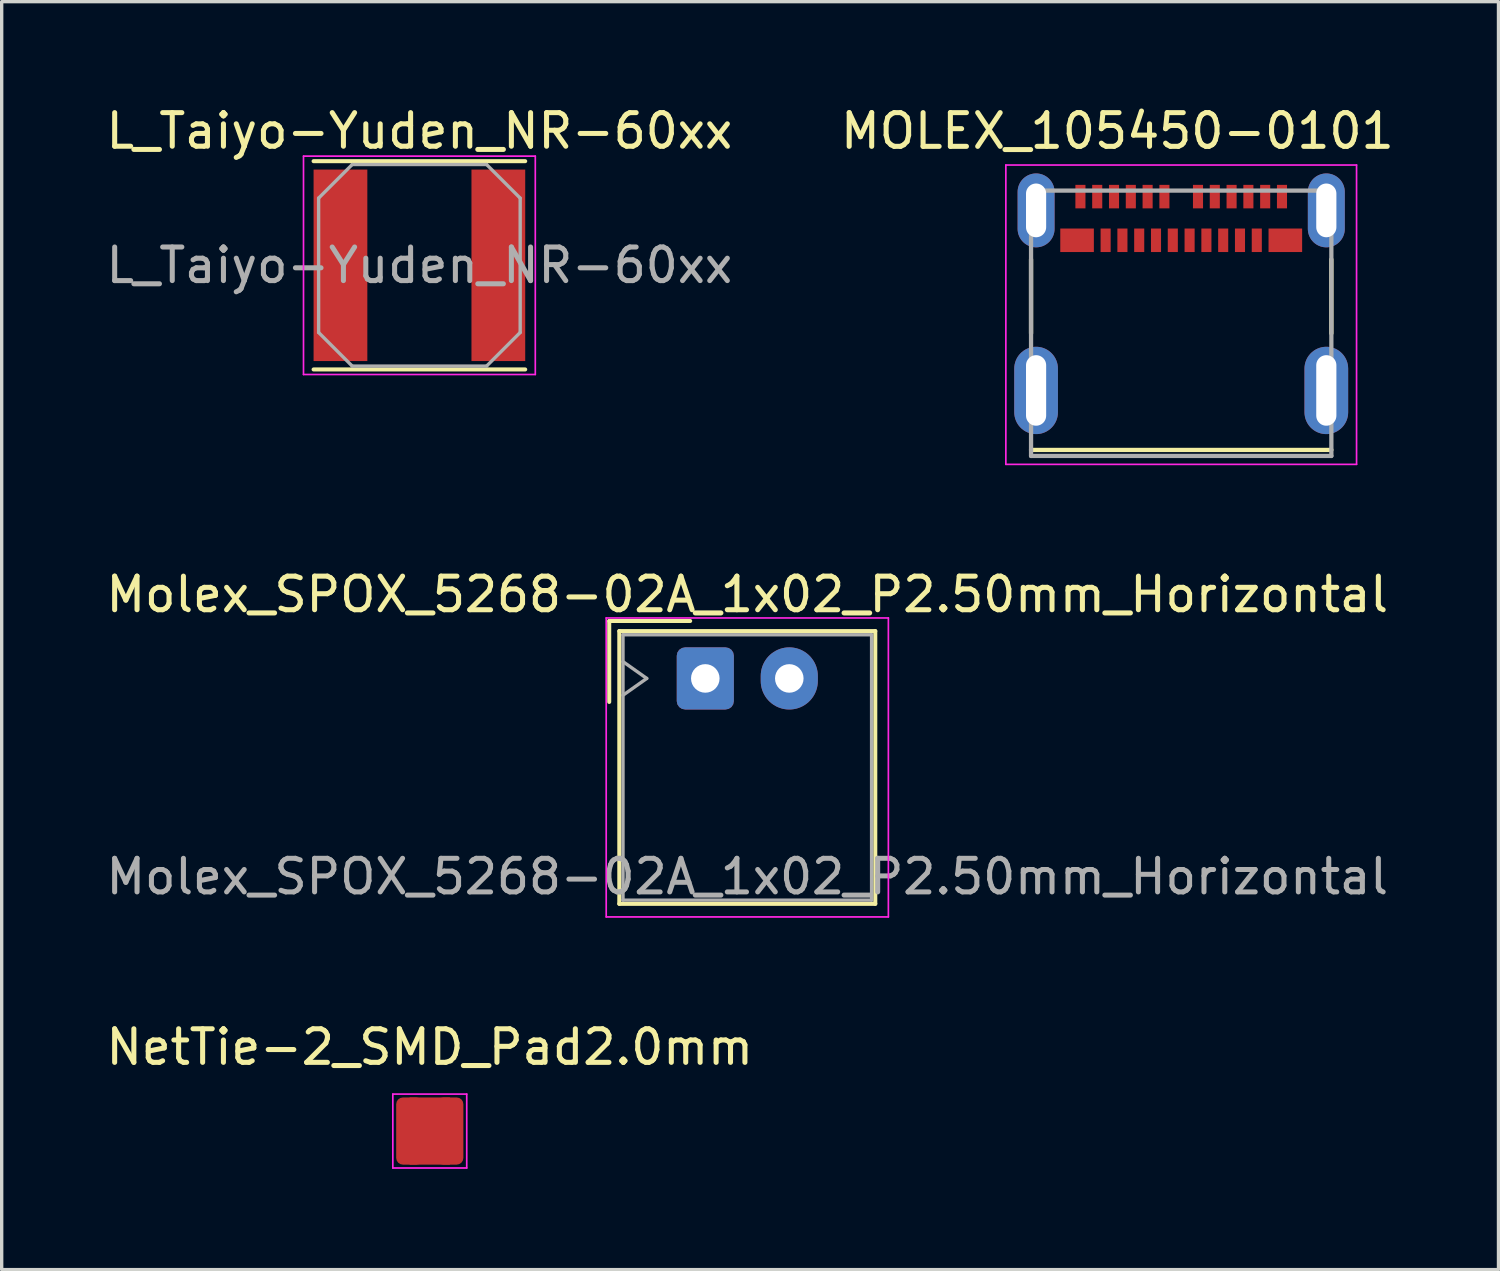
<source format=kicad_pcb>
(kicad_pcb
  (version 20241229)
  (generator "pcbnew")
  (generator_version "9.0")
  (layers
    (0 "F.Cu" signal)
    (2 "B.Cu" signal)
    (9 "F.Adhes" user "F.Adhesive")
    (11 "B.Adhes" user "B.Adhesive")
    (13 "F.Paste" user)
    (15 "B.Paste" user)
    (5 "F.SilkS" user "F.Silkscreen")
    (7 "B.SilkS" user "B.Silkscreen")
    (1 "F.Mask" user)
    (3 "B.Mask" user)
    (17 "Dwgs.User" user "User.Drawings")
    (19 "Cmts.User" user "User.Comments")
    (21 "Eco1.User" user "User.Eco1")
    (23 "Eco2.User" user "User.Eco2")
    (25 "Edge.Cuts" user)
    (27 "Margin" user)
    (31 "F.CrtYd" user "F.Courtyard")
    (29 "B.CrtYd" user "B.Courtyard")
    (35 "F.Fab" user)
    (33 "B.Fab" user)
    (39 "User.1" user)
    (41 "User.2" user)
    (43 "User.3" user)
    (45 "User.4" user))
  (footprint "Molex_SPOX_5268-02A_1x02_P2.50mm_Horizontal"
    (layer "F.Cu")
    (at 17.946 17.146)
    (property "Reference" "Molex_SPOX_5268-02A_1x02_P2.50mm_Horizontal" (at 1.25 -2.5 0) (layer "F.SilkS") (effects (font (size 1 1) (thickness 0.15))))
    (attr through_hole)
    (fp_line (start -2.86 -1.71) (end -0.45 -1.71) (stroke (width 0.12) (type solid)) (layer "F.SilkS"))
    (fp_line (start -2.86 0.7) (end -2.86 -1.71) (stroke (width 0.12) (type solid)) (layer "F.SilkS"))
    (fp_line (start -2.56 -1.41) (end -2.56 6.71) (stroke (width 0.12) (type solid)) (layer "F.SilkS"))
    (fp_line (start -2.56 6.71) (end 5.06 6.71) (stroke (width 0.12) (type solid)) (layer "F.SilkS"))
    (fp_line (start 5.06 -1.41) (end -2.56 -1.41) (stroke (width 0.12) (type solid)) (layer "F.SilkS"))
    (fp_line (start 5.06 6.71) (end 5.06 -1.41) (stroke (width 0.12) (type solid)) (layer "F.SilkS"))
    (fp_line (start -2.95 -1.8) (end -2.95 7.1) (stroke (width 0.05) (type solid)) (layer "F.CrtYd"))
    (fp_line (start -2.95 7.1) (end 5.45 7.1) (stroke (width 0.05) (type solid)) (layer "F.CrtYd"))
    (fp_line (start 5.45 -1.8) (end -2.95 -1.8) (stroke (width 0.05) (type solid)) (layer "F.CrtYd"))
    (fp_line (start 5.45 7.1) (end 5.45 -1.8) (stroke (width 0.05) (type solid)) (layer "F.CrtYd"))
    (fp_line (start -2.45 -1.3) (end -2.45 6.6) (stroke (width 0.1) (type solid)) (layer "F.Fab"))
    (fp_line (start -2.45 0.5) (end -1.743 0) (stroke (width 0.1) (type solid)) (layer "F.Fab"))
    (fp_line (start -2.45 6.6) (end 4.95 6.6) (stroke (width 0.1) (type solid)) (layer "F.Fab"))
    (fp_line (start -1.743 0) (end -2.45 -0.5) (stroke (width 0.1) (type solid)) (layer "F.Fab"))
    (fp_line (start 4.95 -1.3) (end -2.45 -1.3) (stroke (width 0.1) (type solid)) (layer "F.Fab"))
    (fp_line (start 4.95 6.6) (end 4.95 -1.3) (stroke (width 0.1) (type solid)) (layer "F.Fab"))
    (fp_text user "${REFERENCE}" (at 1.25 5.9 0) (layer "F.Fab") (effects (font (size 1 1) (thickness 0.15))))
    (pad "1" thru_hole roundrect (at 0 0) (size 1.7 1.85) (drill 0.85) (layers "*.Cu" "*.Mask") (roundrect_rratio 0.147))
    (pad "2" thru_hole oval (at 2.5 0) (size 1.7 1.85) (drill 0.85) (layers "*.Cu" "*.Mask")))
  (footprint "NetTie-2_SMD_Pad2.0mm"
    (layer "F.Cu")
    (at 9.744 30.62)
    (property "Reference" "NetTie-2_SMD_Pad2.0mm" (at 0 -2.5 0) (layer "F.SilkS") (effects (font (size 1 1) (thickness 0.15))))
    (attr exclude_from_pos_files exclude_from_bom)
    (fp_poly (pts (xy -0.6 -1) (xy 0.6 -1) (xy 0.6 1) (xy -0.6 1)) (stroke (width 0) (type solid)) (fill yes) (layer "F.Cu"))
    (fp_line (start -1.1 -1.1) (end 1.1 -1.1) (stroke (width 0.05) (type solid)) (layer "F.CrtYd"))
    (fp_line (start -1.1 1.1) (end -1.1 -1.1) (stroke (width 0.05) (type solid)) (layer "F.CrtYd"))
    (fp_line (start 1.1 -1.1) (end 1.1 1.1) (stroke (width 0.05) (type solid)) (layer "F.CrtYd"))
    (fp_line (start 1.1 1.1) (end -1.1 1.1) (stroke (width 0.05) (type solid)) (layer "F.CrtYd"))
    (pad "1" smd roundrect (at -0.6 0) (size 0.8 2) (layers "F.Cu") (roundrect_rratio 0.25))
    (pad "2" smd roundrect (at 0.6 0) (size 0.8 2) (layers "F.Cu") (roundrect_rratio 0.25)))
  (footprint "MOLEX_105450-0101"
    (layer "F.Cu")
    (at 32.113 6.573)
    (property "Reference" "MOLEX_105450-0101" (at -1.899 -5.723 0) (layer "F.SilkS") (effects (font (size 1.004 1.004) (thickness 0.15))))
    (attr smd)
    (fp_line (start -4.47 0.3) (end -4.47 -1.9) (stroke (width 0.127) (type solid)) (layer "F.SilkS"))
    (fp_line (start -4.47 3.77) (end 4.47 3.77) (stroke (width 0.127) (type solid)) (layer "F.SilkS"))
    (fp_line (start 4.47 0.3) (end 4.47 -1.9) (stroke (width 0.127) (type solid)) (layer "F.SilkS"))
    (fp_line (start -5.22 -4.71) (end 5.22 -4.71) (stroke (width 0.05) (type solid)) (layer "F.CrtYd"))
    (fp_line (start -5.22 4.2) (end -5.22 -4.71) (stroke (width 0.05) (type solid)) (layer "F.CrtYd"))
    (fp_line (start 5.22 -4.71) (end 5.22 4.2) (stroke (width 0.05) (type solid)) (layer "F.CrtYd"))
    (fp_line (start 5.22 4.2) (end -5.22 4.2) (stroke (width 0.05) (type solid)) (layer "F.CrtYd"))
    (fp_line (start -4.47 -3.95) (end -4.47 3.95) (stroke (width 0.127) (type solid)) (layer "F.Fab"))
    (fp_line (start -4.47 3.95) (end 4.47 3.95) (stroke (width 0.127) (type solid)) (layer "F.Fab"))
    (fp_line (start 4.47 -3.95) (end -4.47 -3.95) (stroke (width 0.127) (type solid)) (layer "F.Fab"))
    (fp_line (start 4.47 3.95) (end 4.47 -3.95) (stroke (width 0.127) (type solid)) (layer "F.Fab"))
    (pad "A1" smd rect (at -3 -3.77) (size 0.3 0.7) (layers "F.Cu" "F.Mask" "F.Paste"))
    (pad "A2" smd rect (at -2.5 -3.77) (size 0.3 0.7) (layers "F.Cu" "F.Mask" "F.Paste"))
    (pad "A3" smd rect (at -2 -3.77) (size 0.3 0.7) (layers "F.Cu" "F.Mask" "F.Paste"))
    (pad "A4" smd rect (at -1.5 -3.77) (size 0.3 0.7) (layers "F.Cu" "F.Mask" "F.Paste"))
    (pad "A5" smd rect (at -1 -3.77) (size 0.3 0.7) (layers "F.Cu" "F.Mask" "F.Paste"))
    (pad "A6" smd rect (at -0.5 -3.77) (size 0.3 0.7) (layers "F.Cu" "F.Mask" "F.Paste"))
    (pad "A7" smd rect (at 0.5 -3.77) (size 0.3 0.7) (layers "F.Cu" "F.Mask" "F.Paste"))
    (pad "A8" smd rect (at 1 -3.77) (size 0.3 0.7) (layers "F.Cu" "F.Mask" "F.Paste"))
    (pad "A9" smd rect (at 1.5 -3.77) (size 0.3 0.7) (layers "F.Cu" "F.Mask" "F.Paste"))
    (pad "A10" smd rect (at 2 -3.77) (size 0.3 0.7) (layers "F.Cu" "F.Mask" "F.Paste"))
    (pad "A11" smd rect (at 2.5 -3.77) (size 0.3 0.7) (layers "F.Cu" "F.Mask" "F.Paste"))
    (pad "A12" smd rect (at 3 -3.77) (size 0.3 0.7) (layers "F.Cu" "F.Mask" "F.Paste"))
    (pad "B1" smd rect (at 3.1 -2.47) (size 1 0.7) (layers "F.Cu" "F.Mask" "F.Paste"))
    (pad "B2" smd rect (at 2.25 -2.47) (size 0.3 0.7) (layers "F.Cu" "F.Mask" "F.Paste"))
    (pad "B3" smd rect (at 1.75 -2.47) (size 0.3 0.7) (layers "F.Cu" "F.Mask" "F.Paste"))
    (pad "B4" smd rect (at 1.25 -2.47) (size 0.3 0.7) (layers "F.Cu" "F.Mask" "F.Paste"))
    (pad "B5" smd rect (at 0.75 -2.47) (size 0.3 0.7) (layers "F.Cu" "F.Mask" "F.Paste"))
    (pad "B6" smd rect (at 0.25 -2.47) (size 0.3 0.7) (layers "F.Cu" "F.Mask" "F.Paste"))
    (pad "B7" smd rect (at -0.25 -2.47) (size 0.3 0.7) (layers "F.Cu" "F.Mask" "F.Paste"))
    (pad "B8" smd rect (at -0.75 -2.47) (size 0.3 0.7) (layers "F.Cu" "F.Mask" "F.Paste"))
    (pad "B9" smd rect (at -1.25 -2.47) (size 0.3 0.7) (layers "F.Cu" "F.Mask" "F.Paste"))
    (pad "B10" smd rect (at -1.75 -2.47) (size 0.3 0.7) (layers "F.Cu" "F.Mask" "F.Paste"))
    (pad "B11" smd rect (at -2.25 -2.47) (size 0.3 0.7) (layers "F.Cu" "F.Mask" "F.Paste"))
    (pad "B12" smd rect (at -3.1 -2.47) (size 1 0.7) (layers "F.Cu" "F.Mask" "F.Paste"))
    (pad "MH1" thru_hole oval (at -4.32 -3.36) (size 1.1 2.2) (drill oval 0.6 1.6) (layers "*.Cu" "*.Mask"))
    (pad "MH2" thru_hole oval (at 4.32 -3.36) (size 1.1 2.2) (drill oval 0.6 1.6) (layers "*.Cu" "*.Mask"))
    (pad "MH3" thru_hole oval (at -4.32 2) (size 1.3 2.6) (drill oval 0.6 2.1) (layers "*.Cu" "*.Mask"))
    (pad "MH4" thru_hole oval (at 4.32 2) (size 1.3 2.6) (drill oval 0.6 2.1) (layers "*.Cu" "*.Mask"))
    (zone (net_name "") (layer "F.Cu") (hatch full 0.508) (connect_pads) (min_thickness 0.01) (filled_areas_thickness no) (keepout (tracks not_allowed) (vias not_allowed) (pads not_allowed) (copperpour not_allowed) (footprints allowed)) (placement (enabled no)) (fill) (polygon (pts (xy 28.612 4.693) (xy 29.513 4.693) (xy 29.513 5.873) (xy 34.713 5.873) (xy 34.713 4.693) (xy 35.613 4.693) (xy 35.613 10.344) (xy 28.612 10.344))))
    (zone (net_name "") (layers "F.Cu" "B.Cu") (hatch full 0.508) (connect_pads) (min_thickness 0.01) (filled_areas_thickness no) (keepout (tracks allowed) (vias not_allowed) (pads allowed) (copperpour allowed) (footprints allowed)) (placement (enabled no)) (fill) (polygon (pts (xy 28.61 4.693) (xy 29.513 4.693) (xy 29.513 5.873) (xy 34.713 5.873) (xy 34.713 4.673) (xy 35.613 4.693) (xy 35.613 10.346) (xy 28.61 10.346)))))
  (footprint "L_Taiyo-Yuden_NR-60xx"
    (layer "F.Cu")
    (at 9.435 4.848)
    (property "Reference" "L_Taiyo-Yuden_NR-60xx" (at 0 -4 0) (layer "F.SilkS") (effects (font (size 1 1) (thickness 0.15))))
    (attr smd)
    (fp_line (start -3.15 -3.1) (end 3.15 -3.1) (stroke (width 0.12) (type solid)) (layer "F.SilkS"))
    (fp_line (start -3.15 3.1) (end 3.15 3.1) (stroke (width 0.12) (type solid)) (layer "F.SilkS"))
    (fp_line (start -3.45 -3.25) (end -3.45 3.25) (stroke (width 0.05) (type solid)) (layer "F.CrtYd"))
    (fp_line (start -3.45 3.25) (end 3.45 3.25) (stroke (width 0.05) (type solid)) (layer "F.CrtYd"))
    (fp_line (start 3.45 -3.25) (end -3.45 -3.25) (stroke (width 0.05) (type solid)) (layer "F.CrtYd"))
    (fp_line (start 3.45 3.25) (end 3.45 -3.25) (stroke (width 0.05) (type solid)) (layer "F.CrtYd"))
    (fp_line (start -3 -2) (end -2 -3) (stroke (width 0.1) (type solid)) (layer "F.Fab"))
    (fp_line (start -3 2) (end -3 -2) (stroke (width 0.1) (type solid)) (layer "F.Fab"))
    (fp_line (start -3 2) (end -2 3) (stroke (width 0.1) (type solid)) (layer "F.Fab"))
    (fp_line (start -2 -3) (end 2 -3) (stroke (width 0.1) (type solid)) (layer "F.Fab"))
    (fp_line (start -2 3) (end 2 3) (stroke (width 0.1) (type solid)) (layer "F.Fab"))
    (fp_line (start 3 -2) (end 2 -3) (stroke (width 0.1) (type solid)) (layer "F.Fab"))
    (fp_line (start 3 2) (end 2 3) (stroke (width 0.1) (type solid)) (layer "F.Fab"))
    (fp_line (start 3 2) (end 3 -2) (stroke (width 0.1) (type solid)) (layer "F.Fab"))
    (fp_text user "${REFERENCE}" (at 0 0 0) (layer "F.Fab") (effects (font (size 1 1) (thickness 0.15))))
    (pad "1" smd rect (at -2.35 0) (size 1.6 5.7) (layers "F.Cu" "F.Mask" "F.Paste"))
    (pad "2" smd rect (at 2.35 0) (size 1.6 5.7) (layers "F.Cu" "F.Mask" "F.Paste")))
  (gr_rect
    (start -3 -3)
    (end 41.558 34.745)
    (stroke (width 0.1) (type default))
    (fill no)
    (layer "Edge.Cuts")))
</source>
